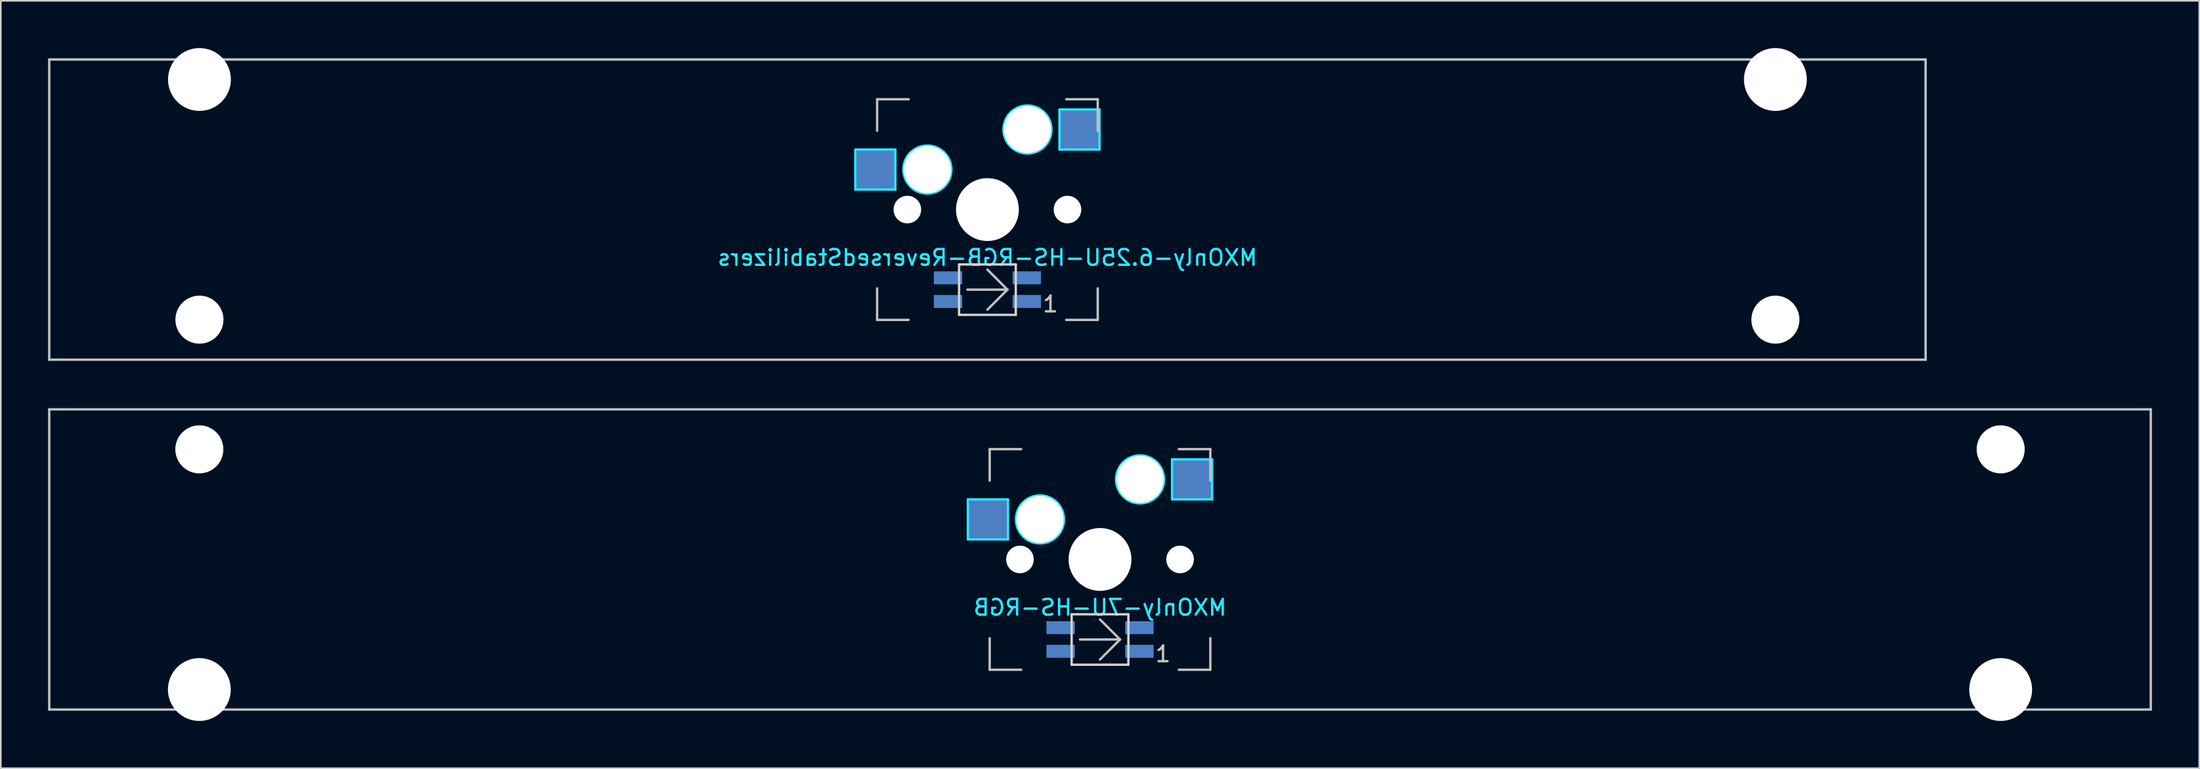
<source format=kicad_pcb>
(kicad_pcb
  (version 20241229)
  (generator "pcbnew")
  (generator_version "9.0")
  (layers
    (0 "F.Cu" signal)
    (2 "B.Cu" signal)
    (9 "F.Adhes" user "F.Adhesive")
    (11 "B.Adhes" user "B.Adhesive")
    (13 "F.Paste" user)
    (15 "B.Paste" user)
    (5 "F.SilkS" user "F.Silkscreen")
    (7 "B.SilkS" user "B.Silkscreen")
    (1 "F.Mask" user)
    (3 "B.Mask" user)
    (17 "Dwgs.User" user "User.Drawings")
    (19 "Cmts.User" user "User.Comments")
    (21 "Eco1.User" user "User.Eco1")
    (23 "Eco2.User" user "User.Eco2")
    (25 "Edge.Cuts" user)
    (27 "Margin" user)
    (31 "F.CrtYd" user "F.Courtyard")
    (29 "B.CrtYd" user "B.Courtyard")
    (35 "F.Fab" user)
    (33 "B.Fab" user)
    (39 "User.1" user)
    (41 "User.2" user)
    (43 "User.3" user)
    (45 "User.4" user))
  (footprint "MXOnly-7U-HS-RGB"
    (layer "F.Cu")
    (at 66.75 32.449)
    (property "Reference" "MXOnly-7U-HS-RGB" (at 0 3.048 0) (layer "B.CrtYd") (effects (font (size 1 1) (thickness 0.15)) (justify mirror)))
    (attr smd)
    (fp_line (start -66.675 -9.525) (end 66.675 -9.525) (stroke (width 0.15) (type solid)) (layer "Dwgs.User"))
    (fp_line (start -66.675 9.525) (end -66.675 -9.525) (stroke (width 0.15) (type solid)) (layer "Dwgs.User"))
    (fp_line (start -7 -7) (end -7 -5) (stroke (width 0.15) (type solid)) (layer "Dwgs.User"))
    (fp_line (start -7 5) (end -7 7) (stroke (width 0.15) (type solid)) (layer "Dwgs.User"))
    (fp_line (start -7 7) (end -5 7) (stroke (width 0.15) (type solid)) (layer "Dwgs.User"))
    (fp_line (start -5 -7) (end -7 -7) (stroke (width 0.15) (type solid)) (layer "Dwgs.User"))
    (fp_line (start -1.27 5.08) (end 1.27 5.08) (stroke (width 0.15) (type solid)) (layer "Dwgs.User"))
    (fp_line (start 1.27 5.08) (end 0 3.81) (stroke (width 0.15) (type solid)) (layer "Dwgs.User"))
    (fp_line (start 1.27 5.08) (end 0 6.35) (stroke (width 0.15) (type solid)) (layer "Dwgs.User"))
    (fp_line (start 5 -7) (end 7 -7) (stroke (width 0.15) (type solid)) (layer "Dwgs.User"))
    (fp_line (start 5 7) (end 7 7) (stroke (width 0.15) (type solid)) (layer "Dwgs.User"))
    (fp_line (start 7 -7) (end 7 -5) (stroke (width 0.15) (type solid)) (layer "Dwgs.User"))
    (fp_line (start 7 7) (end 7 5) (stroke (width 0.15) (type solid)) (layer "Dwgs.User"))
    (fp_line (start 66.675 -9.525) (end 66.675 9.525) (stroke (width 0.15) (type solid)) (layer "Dwgs.User"))
    (fp_line (start 66.675 9.525) (end -66.675 9.525) (stroke (width 0.15) (type solid)) (layer "Dwgs.User"))
    (fp_line (start -1.8 3.48) (end -1.8 6.68) (stroke (width 0.15) (type solid)) (layer "Edge.Cuts"))
    (fp_line (start -1.8 3.48) (end 1.8 3.48) (stroke (width 0.15) (type solid)) (layer "Edge.Cuts"))
    (fp_line (start 1.8 3.48) (end 1.8 6.68) (stroke (width 0.15) (type solid)) (layer "Edge.Cuts"))
    (fp_line (start 1.8 6.68) (end -1.8 6.68) (stroke (width 0.15) (type solid)) (layer "Edge.Cuts"))
    (fp_line (start -8.382 -3.81) (end -5.842 -3.81) (stroke (width 0.15) (type solid)) (layer "B.CrtYd"))
    (fp_line (start -8.382 -1.27) (end -8.382 -3.81) (stroke (width 0.15) (type solid)) (layer "B.CrtYd"))
    (fp_line (start -5.842 -3.81) (end -5.842 -1.27) (stroke (width 0.15) (type solid)) (layer "B.CrtYd"))
    (fp_line (start -5.842 -1.27) (end -8.382 -1.27) (stroke (width 0.15) (type solid)) (layer "B.CrtYd"))
    (fp_line (start 4.572 -6.35) (end 7.112 -6.35) (stroke (width 0.15) (type solid)) (layer "B.CrtYd"))
    (fp_line (start 4.572 -3.81) (end 4.572 -6.35) (stroke (width 0.15) (type solid)) (layer "B.CrtYd"))
    (fp_line (start 7.112 -6.35) (end 7.112 -3.81) (stroke (width 0.15) (type solid)) (layer "B.CrtYd"))
    (fp_line (start 7.112 -3.81) (end 4.572 -3.81) (stroke (width 0.15) (type solid)) (layer "B.CrtYd"))
    (fp_circle (center -3.81 -2.54) (end -3.81 -4.064) (stroke (width 0.15) (type solid)) (fill no) (layer "B.CrtYd"))
    (fp_circle (center 2.54 -5.08) (end 2.54 -6.604) (stroke (width 0.15) (type solid)) (fill no) (layer "B.CrtYd"))
    (fp_text user "1" (at 4 6 0) (layer "Dwgs.User") (effects (font (size 1 1) (thickness 0.15))))
    (pad "" np_thru_hole circle (at -57.15 -6.985) (size 3.048 3.048) (drill 3.048) (layers "*.Cu" "*.Mask"))
    (pad "" np_thru_hole circle (at -57.15 8.255) (size 3.988 3.988) (drill 3.988) (layers "*.Cu" "*.Mask"))
    (pad "" np_thru_hole circle (at -5.08 0 48.1) (size 1.75 1.75) (drill 1.75) (layers "*.Cu" "*.Mask"))
    (pad "" np_thru_hole circle (at -3.81 -2.54) (size 3 3) (drill 3) (layers "*.Cu" "*.Mask"))
    (pad "" np_thru_hole circle (at 0 0) (size 3.988 3.988) (drill 3.988) (layers "*.Cu" "*.Mask"))
    (pad "" np_thru_hole circle (at 2.54 -5.08) (size 3 3) (drill 3) (layers "*.Cu" "*.Mask"))
    (pad "" np_thru_hole circle (at 5.08 0 48.1) (size 1.75 1.75) (drill 1.75) (layers "*.Cu" "*.Mask"))
    (pad "" np_thru_hole circle (at 57.15 -6.985) (size 3.048 3.048) (drill 3.048) (layers "*.Cu" "*.Mask"))
    (pad "" np_thru_hole circle (at 57.15 8.255) (size 3.988 3.988) (drill 3.988) (layers "*.Cu" "*.Mask"))
    (pad "1" smd rect (at -7.085 -2.54) (size 2.55 2.5) (layers "B.Cu" "B.Mask" "B.Paste"))
    (pad "2" smd rect (at 5.842 -5.08) (size 2.55 2.5) (layers "B.Cu" "B.Mask" "B.Paste"))
    (pad "3" smd rect (at 2.5 5.83) (size 1.8 0.82) (layers "B.Cu" "B.Mask" "B.Paste"))
    (pad "4" smd rect (at 2.5 4.33) (size 1.8 0.82) (layers "B.Cu" "B.Mask" "B.Paste"))
    (pad "5" smd rect (at -2.5 4.33) (size 1.8 0.82) (layers "B.Cu" "B.Mask" "B.Paste"))
    (pad "6" smd rect (at -2.5 5.83) (size 1.8 0.82) (layers "B.Cu" "B.Mask" "B.Paste")))
  (footprint "MXOnly-6.25U-HS-RGB-ReversedStabilizers"
    (layer "F.Cu")
    (at 59.606 10.249)
    (property "Reference" "MXOnly-6.25U-HS-RGB-ReversedStabilizers" (at 0 3.048 0) (layer "B.CrtYd") (effects (font (size 1 1) (thickness 0.15)) (justify mirror)))
    (attr smd)
    (fp_line (start -59.531 -9.525) (end 59.531 -9.525) (stroke (width 0.15) (type solid)) (layer "Dwgs.User"))
    (fp_line (start -59.531 9.525) (end -59.531 -9.525) (stroke (width 0.15) (type solid)) (layer "Dwgs.User"))
    (fp_line (start -7 -7) (end -7 -5) (stroke (width 0.15) (type solid)) (layer "Dwgs.User"))
    (fp_line (start -7 5) (end -7 7) (stroke (width 0.15) (type solid)) (layer "Dwgs.User"))
    (fp_line (start -7 7) (end -5 7) (stroke (width 0.15) (type solid)) (layer "Dwgs.User"))
    (fp_line (start -5 -7) (end -7 -7) (stroke (width 0.15) (type solid)) (layer "Dwgs.User"))
    (fp_line (start -1.27 5.08) (end 1.27 5.08) (stroke (width 0.15) (type solid)) (layer "Dwgs.User"))
    (fp_line (start 1.27 5.08) (end 0 3.81) (stroke (width 0.15) (type solid)) (layer "Dwgs.User"))
    (fp_line (start 1.27 5.08) (end 0 6.35) (stroke (width 0.15) (type solid)) (layer "Dwgs.User"))
    (fp_line (start 5 -7) (end 7 -7) (stroke (width 0.15) (type solid)) (layer "Dwgs.User"))
    (fp_line (start 5 7) (end 7 7) (stroke (width 0.15) (type solid)) (layer "Dwgs.User"))
    (fp_line (start 7 -7) (end 7 -5) (stroke (width 0.15) (type solid)) (layer "Dwgs.User"))
    (fp_line (start 7 7) (end 7 5) (stroke (width 0.15) (type solid)) (layer "Dwgs.User"))
    (fp_line (start 59.531 -9.525) (end 59.531 9.525) (stroke (width 0.15) (type solid)) (layer "Dwgs.User"))
    (fp_line (start 59.531 9.525) (end -59.531 9.525) (stroke (width 0.15) (type solid)) (layer "Dwgs.User"))
    (fp_line (start -1.8 3.48) (end -1.8 6.68) (stroke (width 0.15) (type solid)) (layer "Edge.Cuts"))
    (fp_line (start -1.8 3.48) (end 1.8 3.48) (stroke (width 0.15) (type solid)) (layer "Edge.Cuts"))
    (fp_line (start 1.8 3.48) (end 1.8 6.68) (stroke (width 0.15) (type solid)) (layer "Edge.Cuts"))
    (fp_line (start 1.8 6.68) (end -1.8 6.68) (stroke (width 0.15) (type solid)) (layer "Edge.Cuts"))
    (fp_line (start -8.382 -3.81) (end -5.842 -3.81) (stroke (width 0.15) (type solid)) (layer "B.CrtYd"))
    (fp_line (start -8.382 -1.27) (end -8.382 -3.81) (stroke (width 0.15) (type solid)) (layer "B.CrtYd"))
    (fp_line (start -5.842 -3.81) (end -5.842 -1.27) (stroke (width 0.15) (type solid)) (layer "B.CrtYd"))
    (fp_line (start -5.842 -1.27) (end -8.382 -1.27) (stroke (width 0.15) (type solid)) (layer "B.CrtYd"))
    (fp_line (start 4.572 -6.35) (end 7.112 -6.35) (stroke (width 0.15) (type solid)) (layer "B.CrtYd"))
    (fp_line (start 4.572 -3.81) (end 4.572 -6.35) (stroke (width 0.15) (type solid)) (layer "B.CrtYd"))
    (fp_line (start 7.112 -6.35) (end 7.112 -3.81) (stroke (width 0.15) (type solid)) (layer "B.CrtYd"))
    (fp_line (start 7.112 -3.81) (end 4.572 -3.81) (stroke (width 0.15) (type solid)) (layer "B.CrtYd"))
    (fp_circle (center -3.81 -2.54) (end -3.81 -4.064) (stroke (width 0.15) (type solid)) (fill no) (layer "B.CrtYd"))
    (fp_circle (center 2.54 -5.08) (end 2.54 -6.604) (stroke (width 0.15) (type solid)) (fill no) (layer "B.CrtYd"))
    (fp_text user "1" (at 4 6 0) (layer "Dwgs.User") (effects (font (size 1 1) (thickness 0.15))))
    (pad "" np_thru_hole circle (at -50 -8.255) (size 3.988 3.988) (drill 3.988) (layers "*.Cu" "*.Mask"))
    (pad "" np_thru_hole circle (at -50 6.985) (size 3.048 3.048) (drill 3.048) (layers "*.Cu" "*.Mask"))
    (pad "" np_thru_hole circle (at -5.08 0 48.1) (size 1.75 1.75) (drill 1.75) (layers "*.Cu" "*.Mask"))
    (pad "" np_thru_hole circle (at -3.81 -2.54) (size 3 3) (drill 3) (layers "*.Cu" "*.Mask"))
    (pad "" np_thru_hole circle (at 0 0) (size 3.988 3.988) (drill 3.988) (layers "*.Cu" "*.Mask"))
    (pad "" np_thru_hole circle (at 2.54 -5.08) (size 3 3) (drill 3) (layers "*.Cu" "*.Mask"))
    (pad "" np_thru_hole circle (at 5.08 0 48.1) (size 1.75 1.75) (drill 1.75) (layers "*.Cu" "*.Mask"))
    (pad "" np_thru_hole circle (at 50 -8.255) (size 3.988 3.988) (drill 3.988) (layers "*.Cu" "*.Mask"))
    (pad "" np_thru_hole circle (at 50 6.985) (size 3.048 3.048) (drill 3.048) (layers "*.Cu" "*.Mask"))
    (pad "1" smd rect (at -7.085 -2.54) (size 2.55 2.5) (layers "B.Cu" "B.Mask" "B.Paste"))
    (pad "2" smd rect (at 5.842 -5.08) (size 2.55 2.5) (layers "B.Cu" "B.Mask" "B.Paste"))
    (pad "3" smd rect (at 2.5 5.83) (size 1.8 0.82) (layers "B.Cu" "B.Mask" "B.Paste"))
    (pad "4" smd rect (at 2.5 4.33) (size 1.8 0.82) (layers "B.Cu" "B.Mask" "B.Paste"))
    (pad "5" smd rect (at -2.5 4.33) (size 1.8 0.82) (layers "B.Cu" "B.Mask" "B.Paste"))
    (pad "6" smd rect (at -2.5 5.83) (size 1.8 0.82) (layers "B.Cu" "B.Mask" "B.Paste")))
  (gr_rect
    (start -3 -3)
    (end 136.5 45.698)
    (stroke (width 0.1) (type default))
    (fill no)
    (layer "Edge.Cuts")))
</source>
